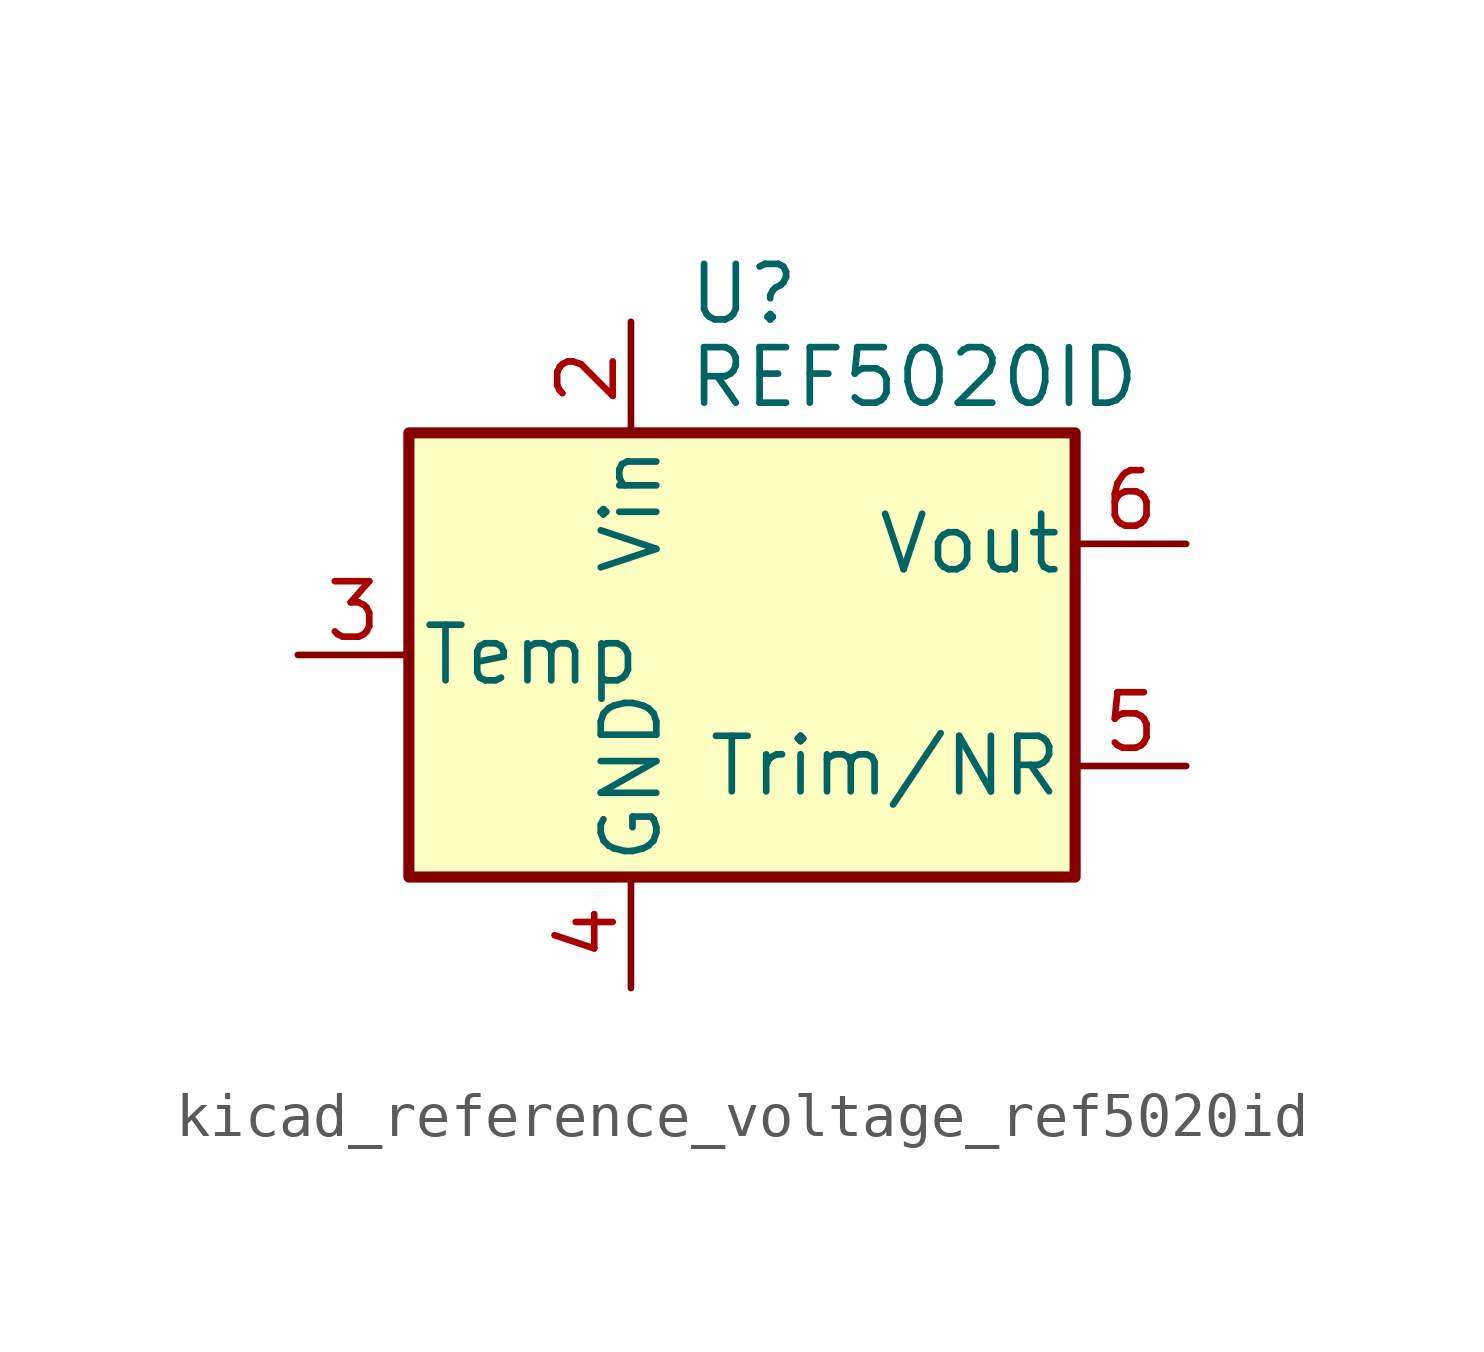
<source format=kicad_sym>
(kicad_symbol_lib
  (version 20220914)
  (generator kicad_symbol_editor)
  (symbol "kicad_reference_voltage_ref5020id"
    (pin_names
      (offset 0.254))
    (property "Reference" "U"
      (at -1.27 8.255 0)
      (effects (font (size 1.27 1.27)) (justify left)))
    (property "Value" "REF5020ID"
      (at -1.27 6.35 0)
      (effects (font (size 1.27 1.27)) (justify left)))
    (symbol "kicad_reference_voltage_ref5020id_0_1"
      (rectangle (start -7.62 5.08) (end 7.62 -5.08) (stroke (width 0.254) (type default)) (fill (type background))))
    (symbol "kicad_reference_voltage_ref5020id_1_1"
      (pin no_connect line (at -7.62 2.54 0) (length 2.54) hide (name "DNC" (effects (font (size 1.27 1.27)))) (number "1" (effects (font (size 1.27 1.27)))))
      (pin power_in line (at -2.54 7.62 270) (length 2.54) (name "Vin" (effects (font (size 1.27 1.27)))) (number "2" (effects (font (size 1.27 1.27)))))
      (pin passive line (at -10.16 0 0) (length 2.54) (name "Temp" (effects (font (size 1.27 1.27)))) (number "3" (effects (font (size 1.27 1.27)))))
      (pin power_in line (at -2.54 -7.62 90) (length 2.54) (name "GND" (effects (font (size 1.27 1.27)))) (number "4" (effects (font (size 1.27 1.27)))))
      (pin passive line (at 10.16 -2.54 180) (length 2.54) (name "Trim/NR" (effects (font (size 1.27 1.27)))) (number "5" (effects (font (size 1.27 1.27)))))
      (pin power_out line (at 10.16 2.54 180) (length 2.54) (name "Vout" (effects (font (size 1.27 1.27)))) (number "6" (effects (font (size 1.27 1.27)))))
      (pin no_connect line (at -5.08 -5.08 90) (length 2.54) hide (name "NC" (effects (font (size 1.27 1.27)))) (number "7" (effects (font (size 1.27 1.27)))))
      (pin no_connect line (at 7.62 0 180) (length 2.54) hide (name "DNC" (effects (font (size 1.27 1.27)))) (number "8" (effects (font (size 1.27 1.27))))))))
</source>
